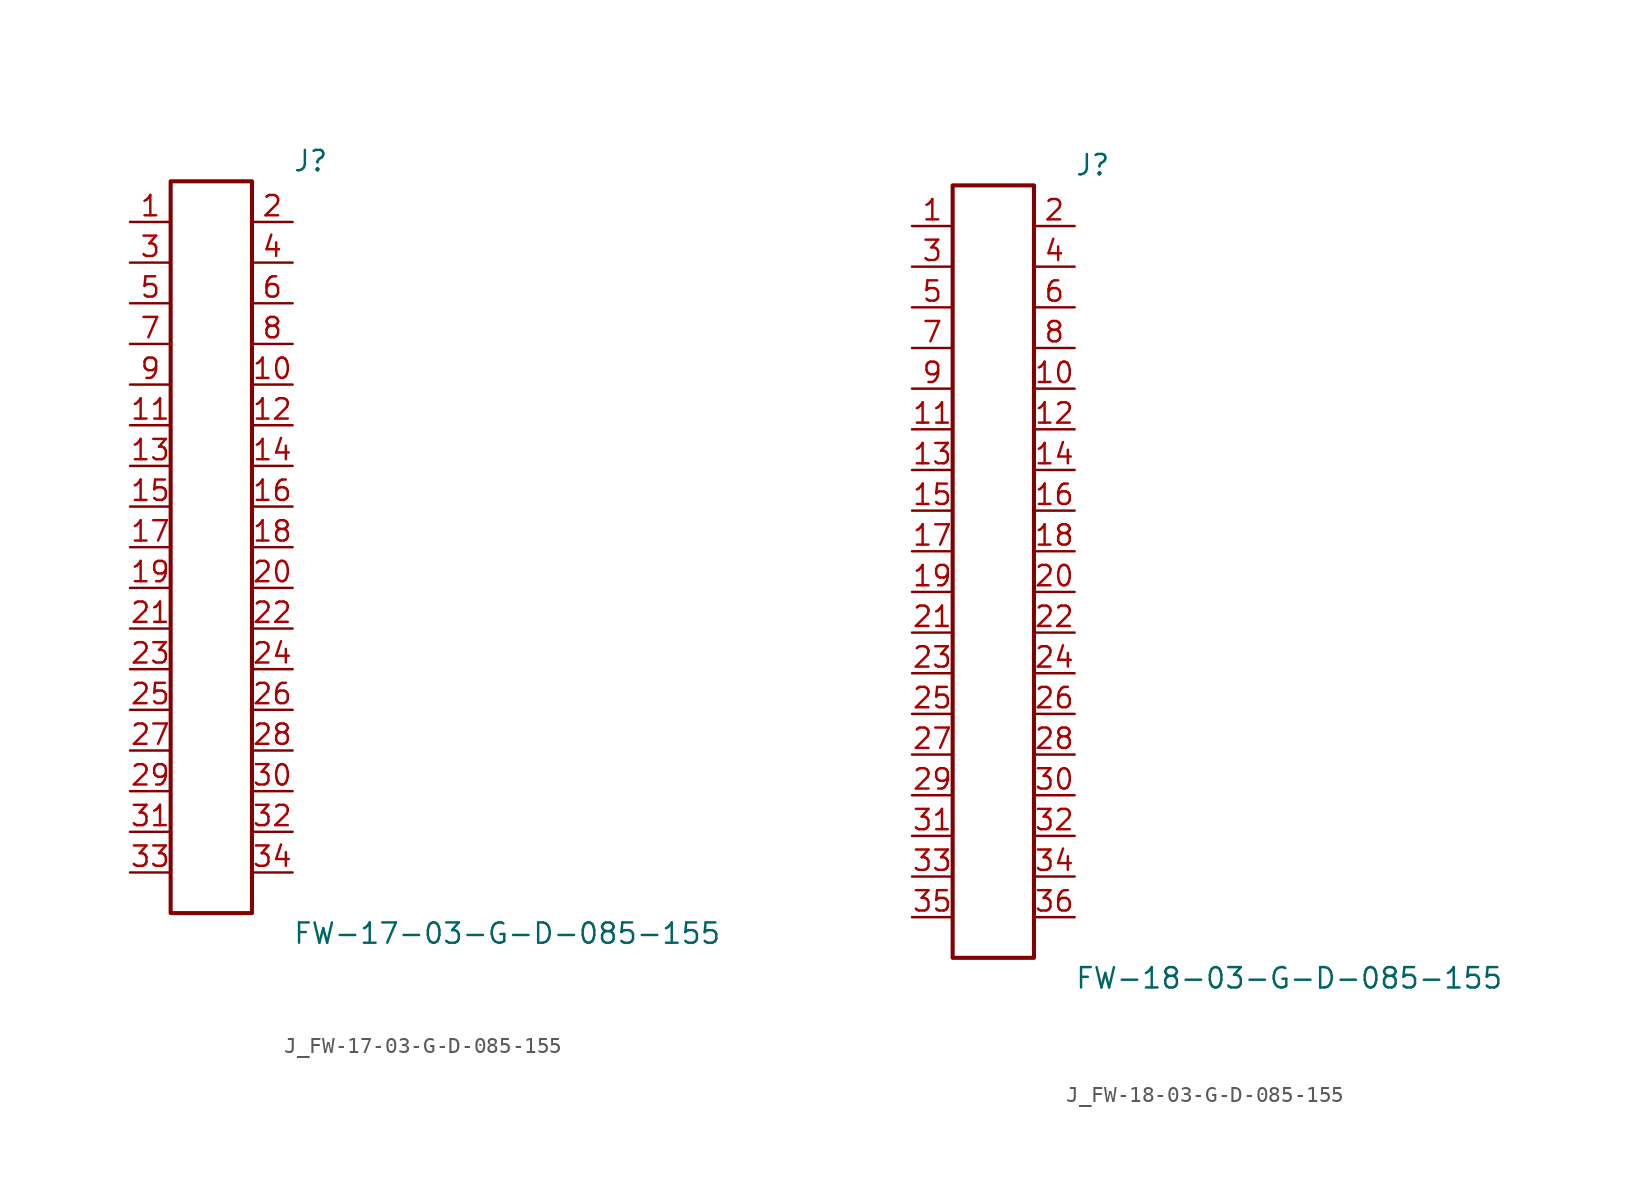
<source format=kicad_sym>
(kicad_symbol_lib
  (version 20231120)
  (generator kicad_symbol_editor)
  (generator_version 8.0)
  (symbol "J_FW-17-03-G-D-085-155"
    (pin_names
      (offset 0.254))
    (property "Reference" "J"
      (at 5.08 24.13 0)
      (effects (font (size 1.27 1.27)) (justify left)))
    (property "Value" "FW-17-03-G-D-085-155"
      (at 5.08 -24.13 0)
      (effects (font (size 1.27 1.27)) (justify left)))
    (symbol "J_FW-17-03-G-D-085-155_0_0"
      (pin unspecified line (at -5.08 20.32 0) (length 2.54) (name "" (effects (font (size 1.27 1.27)))) (number "1" (effects (font (size 1.27 1.27)))))
      (pin unspecified line (at 5.08 20.32 180) (length 2.54) (name "" (effects (font (size 1.27 1.27)))) (number "2" (effects (font (size 1.27 1.27)))))
      (pin unspecified line (at -5.08 17.78 0) (length 2.54) (name "" (effects (font (size 1.27 1.27)))) (number "3" (effects (font (size 1.27 1.27)))))
      (pin unspecified line (at 5.08 17.78 180) (length 2.54) (name "" (effects (font (size 1.27 1.27)))) (number "4" (effects (font (size 1.27 1.27)))))
      (pin unspecified line (at -5.08 15.24 0) (length 2.54) (name "" (effects (font (size 1.27 1.27)))) (number "5" (effects (font (size 1.27 1.27)))))
      (pin unspecified line (at 5.08 15.24 180) (length 2.54) (name "" (effects (font (size 1.27 1.27)))) (number "6" (effects (font (size 1.27 1.27)))))
      (pin unspecified line (at -5.08 12.7 0) (length 2.54) (name "" (effects (font (size 1.27 1.27)))) (number "7" (effects (font (size 1.27 1.27)))))
      (pin unspecified line (at 5.08 12.7 180) (length 2.54) (name "" (effects (font (size 1.27 1.27)))) (number "8" (effects (font (size 1.27 1.27)))))
      (pin unspecified line (at -5.08 10.16 0) (length 2.54) (name "" (effects (font (size 1.27 1.27)))) (number "9" (effects (font (size 1.27 1.27)))))
      (pin unspecified line (at 5.08 10.16 180) (length 2.54) (name "" (effects (font (size 1.27 1.27)))) (number "10" (effects (font (size 1.27 1.27)))))
      (pin unspecified line (at -5.08 7.62 0) (length 2.54) (name "" (effects (font (size 1.27 1.27)))) (number "11" (effects (font (size 1.27 1.27)))))
      (pin unspecified line (at 5.08 7.62 180) (length 2.54) (name "" (effects (font (size 1.27 1.27)))) (number "12" (effects (font (size 1.27 1.27)))))
      (pin unspecified line (at -5.08 5.08 0) (length 2.54) (name "" (effects (font (size 1.27 1.27)))) (number "13" (effects (font (size 1.27 1.27)))))
      (pin unspecified line (at 5.08 5.08 180) (length 2.54) (name "" (effects (font (size 1.27 1.27)))) (number "14" (effects (font (size 1.27 1.27)))))
      (pin unspecified line (at -5.08 2.54 0) (length 2.54) (name "" (effects (font (size 1.27 1.27)))) (number "15" (effects (font (size 1.27 1.27)))))
      (pin unspecified line (at 5.08 2.54 180) (length 2.54) (name "" (effects (font (size 1.27 1.27)))) (number "16" (effects (font (size 1.27 1.27)))))
      (pin unspecified line (at -5.08 0.0 0) (length 2.54) (name "" (effects (font (size 1.27 1.27)))) (number "17" (effects (font (size 1.27 1.27)))))
      (pin unspecified line (at 5.08 0.0 180) (length 2.54) (name "" (effects (font (size 1.27 1.27)))) (number "18" (effects (font (size 1.27 1.27)))))
      (pin unspecified line (at -5.08 -2.54 0) (length 2.54) (name "" (effects (font (size 1.27 1.27)))) (number "19" (effects (font (size 1.27 1.27)))))
      (pin unspecified line (at 5.08 -2.54 180) (length 2.54) (name "" (effects (font (size 1.27 1.27)))) (number "20" (effects (font (size 1.27 1.27)))))
      (pin unspecified line (at -5.08 -5.08 0) (length 2.54) (name "" (effects (font (size 1.27 1.27)))) (number "21" (effects (font (size 1.27 1.27)))))
      (pin unspecified line (at 5.08 -5.08 180) (length 2.54) (name "" (effects (font (size 1.27 1.27)))) (number "22" (effects (font (size 1.27 1.27)))))
      (pin unspecified line (at -5.08 -7.62 0) (length 2.54) (name "" (effects (font (size 1.27 1.27)))) (number "23" (effects (font (size 1.27 1.27)))))
      (pin unspecified line (at 5.08 -7.62 180) (length 2.54) (name "" (effects (font (size 1.27 1.27)))) (number "24" (effects (font (size 1.27 1.27)))))
      (pin unspecified line (at -5.08 -10.16 0) (length 2.54) (name "" (effects (font (size 1.27 1.27)))) (number "25" (effects (font (size 1.27 1.27)))))
      (pin unspecified line (at 5.08 -10.16 180) (length 2.54) (name "" (effects (font (size 1.27 1.27)))) (number "26" (effects (font (size 1.27 1.27)))))
      (pin unspecified line (at -5.08 -12.7 0) (length 2.54) (name "" (effects (font (size 1.27 1.27)))) (number "27" (effects (font (size 1.27 1.27)))))
      (pin unspecified line (at 5.08 -12.7 180) (length 2.54) (name "" (effects (font (size 1.27 1.27)))) (number "28" (effects (font (size 1.27 1.27)))))
      (pin unspecified line (at -5.08 -15.24 0) (length 2.54) (name "" (effects (font (size 1.27 1.27)))) (number "29" (effects (font (size 1.27 1.27)))))
      (pin unspecified line (at 5.08 -15.24 180) (length 2.54) (name "" (effects (font (size 1.27 1.27)))) (number "30" (effects (font (size 1.27 1.27)))))
      (pin unspecified line (at -5.08 -17.78 0) (length 2.54) (name "" (effects (font (size 1.27 1.27)))) (number "31" (effects (font (size 1.27 1.27)))))
      (pin unspecified line (at 5.08 -17.78 180) (length 2.54) (name "" (effects (font (size 1.27 1.27)))) (number "32" (effects (font (size 1.27 1.27)))))
      (pin unspecified line (at -5.08 -20.32 0) (length 2.54) (name "" (effects (font (size 1.27 1.27)))) (number "33" (effects (font (size 1.27 1.27)))))
      (pin unspecified line (at 5.08 -20.32 180) (length 2.54) (name "" (effects (font (size 1.27 1.27)))) (number "34" (effects (font (size 1.27 1.27))))))
    (symbol "J_FW-17-03-G-D-085-155_1_0"
      (rectangle (start -2.54 22.86) (end 2.54 -22.86) (stroke (width 0.254) (type solid)) (fill (type none)))))
  (symbol "J_FW-18-03-G-D-085-155"
    (pin_names
      (offset 0.254))
    (property "Reference" "J"
      (at 5.08 25.4 0)
      (effects (font (size 1.27 1.27)) (justify left)))
    (property "Value" "FW-18-03-G-D-085-155"
      (at 5.08 -25.4 0)
      (effects (font (size 1.27 1.27)) (justify left)))
    (symbol "J_FW-18-03-G-D-085-155_0_0"
      (pin unspecified line (at -5.08 21.59 0) (length 2.54) (name "" (effects (font (size 1.27 1.27)))) (number "1" (effects (font (size 1.27 1.27)))))
      (pin unspecified line (at 5.08 21.59 180) (length 2.54) (name "" (effects (font (size 1.27 1.27)))) (number "2" (effects (font (size 1.27 1.27)))))
      (pin unspecified line (at -5.08 19.05 0) (length 2.54) (name "" (effects (font (size 1.27 1.27)))) (number "3" (effects (font (size 1.27 1.27)))))
      (pin unspecified line (at 5.08 19.05 180) (length 2.54) (name "" (effects (font (size 1.27 1.27)))) (number "4" (effects (font (size 1.27 1.27)))))
      (pin unspecified line (at -5.08 16.51 0) (length 2.54) (name "" (effects (font (size 1.27 1.27)))) (number "5" (effects (font (size 1.27 1.27)))))
      (pin unspecified line (at 5.08 16.51 180) (length 2.54) (name "" (effects (font (size 1.27 1.27)))) (number "6" (effects (font (size 1.27 1.27)))))
      (pin unspecified line (at -5.08 13.97 0) (length 2.54) (name "" (effects (font (size 1.27 1.27)))) (number "7" (effects (font (size 1.27 1.27)))))
      (pin unspecified line (at 5.08 13.97 180) (length 2.54) (name "" (effects (font (size 1.27 1.27)))) (number "8" (effects (font (size 1.27 1.27)))))
      (pin unspecified line (at -5.08 11.43 0) (length 2.54) (name "" (effects (font (size 1.27 1.27)))) (number "9" (effects (font (size 1.27 1.27)))))
      (pin unspecified line (at 5.08 11.43 180) (length 2.54) (name "" (effects (font (size 1.27 1.27)))) (number "10" (effects (font (size 1.27 1.27)))))
      (pin unspecified line (at -5.08 8.89 0) (length 2.54) (name "" (effects (font (size 1.27 1.27)))) (number "11" (effects (font (size 1.27 1.27)))))
      (pin unspecified line (at 5.08 8.89 180) (length 2.54) (name "" (effects (font (size 1.27 1.27)))) (number "12" (effects (font (size 1.27 1.27)))))
      (pin unspecified line (at -5.08 6.35 0) (length 2.54) (name "" (effects (font (size 1.27 1.27)))) (number "13" (effects (font (size 1.27 1.27)))))
      (pin unspecified line (at 5.08 6.35 180) (length 2.54) (name "" (effects (font (size 1.27 1.27)))) (number "14" (effects (font (size 1.27 1.27)))))
      (pin unspecified line (at -5.08 3.81 0) (length 2.54) (name "" (effects (font (size 1.27 1.27)))) (number "15" (effects (font (size 1.27 1.27)))))
      (pin unspecified line (at 5.08 3.81 180) (length 2.54) (name "" (effects (font (size 1.27 1.27)))) (number "16" (effects (font (size 1.27 1.27)))))
      (pin unspecified line (at -5.08 1.27 0) (length 2.54) (name "" (effects (font (size 1.27 1.27)))) (number "17" (effects (font (size 1.27 1.27)))))
      (pin unspecified line (at 5.08 1.27 180) (length 2.54) (name "" (effects (font (size 1.27 1.27)))) (number "18" (effects (font (size 1.27 1.27)))))
      (pin unspecified line (at -5.08 -1.27 0) (length 2.54) (name "" (effects (font (size 1.27 1.27)))) (number "19" (effects (font (size 1.27 1.27)))))
      (pin unspecified line (at 5.08 -1.27 180) (length 2.54) (name "" (effects (font (size 1.27 1.27)))) (number "20" (effects (font (size 1.27 1.27)))))
      (pin unspecified line (at -5.08 -3.81 0) (length 2.54) (name "" (effects (font (size 1.27 1.27)))) (number "21" (effects (font (size 1.27 1.27)))))
      (pin unspecified line (at 5.08 -3.81 180) (length 2.54) (name "" (effects (font (size 1.27 1.27)))) (number "22" (effects (font (size 1.27 1.27)))))
      (pin unspecified line (at -5.08 -6.35 0) (length 2.54) (name "" (effects (font (size 1.27 1.27)))) (number "23" (effects (font (size 1.27 1.27)))))
      (pin unspecified line (at 5.08 -6.35 180) (length 2.54) (name "" (effects (font (size 1.27 1.27)))) (number "24" (effects (font (size 1.27 1.27)))))
      (pin unspecified line (at -5.08 -8.89 0) (length 2.54) (name "" (effects (font (size 1.27 1.27)))) (number "25" (effects (font (size 1.27 1.27)))))
      (pin unspecified line (at 5.08 -8.89 180) (length 2.54) (name "" (effects (font (size 1.27 1.27)))) (number "26" (effects (font (size 1.27 1.27)))))
      (pin unspecified line (at -5.08 -11.43 0) (length 2.54) (name "" (effects (font (size 1.27 1.27)))) (number "27" (effects (font (size 1.27 1.27)))))
      (pin unspecified line (at 5.08 -11.43 180) (length 2.54) (name "" (effects (font (size 1.27 1.27)))) (number "28" (effects (font (size 1.27 1.27)))))
      (pin unspecified line (at -5.08 -13.97 0) (length 2.54) (name "" (effects (font (size 1.27 1.27)))) (number "29" (effects (font (size 1.27 1.27)))))
      (pin unspecified line (at 5.08 -13.97 180) (length 2.54) (name "" (effects (font (size 1.27 1.27)))) (number "30" (effects (font (size 1.27 1.27)))))
      (pin unspecified line (at -5.08 -16.51 0) (length 2.54) (name "" (effects (font (size 1.27 1.27)))) (number "31" (effects (font (size 1.27 1.27)))))
      (pin unspecified line (at 5.08 -16.51 180) (length 2.54) (name "" (effects (font (size 1.27 1.27)))) (number "32" (effects (font (size 1.27 1.27)))))
      (pin unspecified line (at -5.08 -19.05 0) (length 2.54) (name "" (effects (font (size 1.27 1.27)))) (number "33" (effects (font (size 1.27 1.27)))))
      (pin unspecified line (at 5.08 -19.05 180) (length 2.54) (name "" (effects (font (size 1.27 1.27)))) (number "34" (effects (font (size 1.27 1.27)))))
      (pin unspecified line (at -5.08 -21.59 0) (length 2.54) (name "" (effects (font (size 1.27 1.27)))) (number "35" (effects (font (size 1.27 1.27)))))
      (pin unspecified line (at 5.08 -21.59 180) (length 2.54) (name "" (effects (font (size 1.27 1.27)))) (number "36" (effects (font (size 1.27 1.27))))))
    (symbol "J_FW-18-03-G-D-085-155_1_0"
      (rectangle (start -2.54 24.13) (end 2.54 -24.13) (stroke (width 0.254) (type solid)) (fill (type none))))))
</source>
